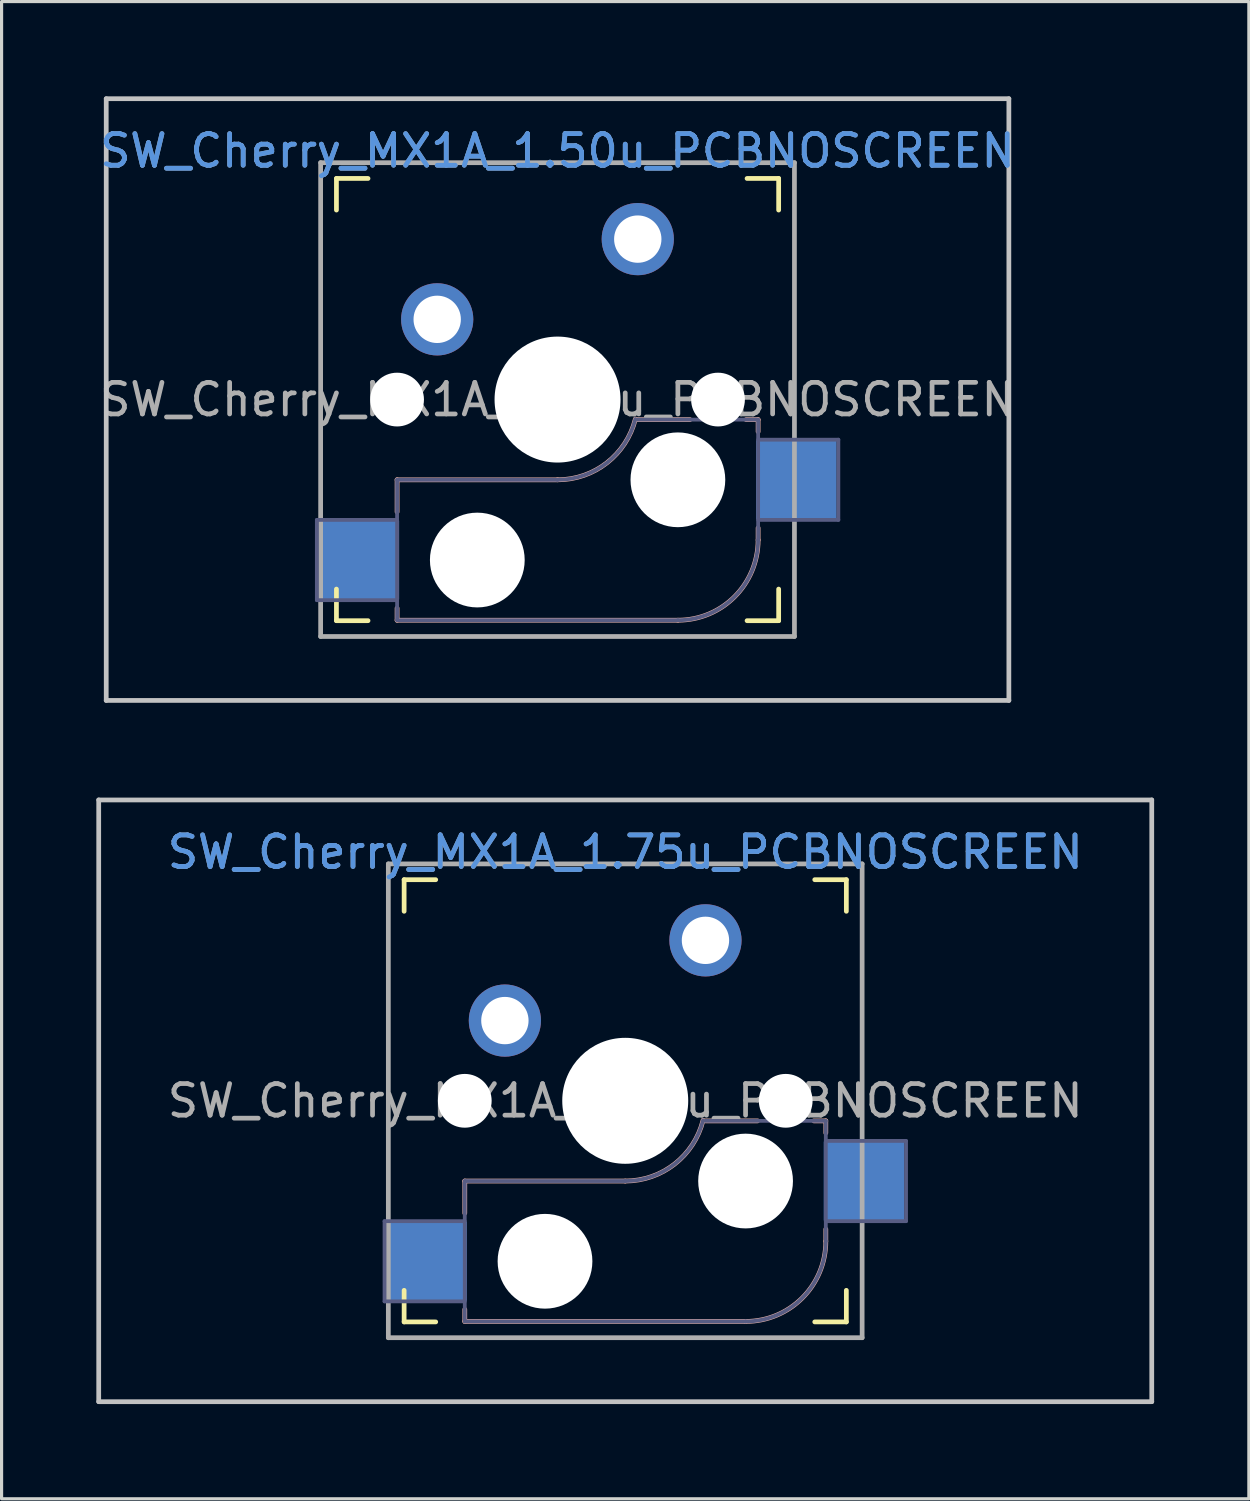
<source format=kicad_pcb>
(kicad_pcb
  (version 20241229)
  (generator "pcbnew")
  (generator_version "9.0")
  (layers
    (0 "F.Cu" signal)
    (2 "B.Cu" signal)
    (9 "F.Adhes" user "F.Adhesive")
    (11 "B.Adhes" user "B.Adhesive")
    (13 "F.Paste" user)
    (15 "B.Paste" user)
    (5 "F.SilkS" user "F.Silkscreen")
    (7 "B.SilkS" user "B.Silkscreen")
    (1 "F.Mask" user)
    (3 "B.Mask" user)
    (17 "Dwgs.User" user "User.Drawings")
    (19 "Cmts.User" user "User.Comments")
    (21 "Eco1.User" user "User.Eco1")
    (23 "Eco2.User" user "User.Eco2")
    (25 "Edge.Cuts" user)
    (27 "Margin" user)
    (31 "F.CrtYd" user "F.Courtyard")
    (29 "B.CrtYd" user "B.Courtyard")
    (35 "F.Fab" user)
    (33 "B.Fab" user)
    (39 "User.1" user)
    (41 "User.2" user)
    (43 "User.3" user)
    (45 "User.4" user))
  (footprint "SW_Cherry_MX1A_1.75u_PCBNOSCREEN"
    (layer "F.Cu")
    (at 19.284 26.72)
    (property "Reference" "SW_Cherry_MX1A_1.75u_PCBNOSCREEN" (at -2.54 -2.794 0) (layer "Cmts.User") (effects (font (size 1 1) (thickness 0.15))))
    (attr through_hole)
    (fp_line (start -9.54 -0.92) (end -9.54 -1.92) (stroke (width 0.15) (type solid)) (layer "F.SilkS"))
    (fp_line (start -9.54 12.08) (end -9.54 11.08) (stroke (width 0.15) (type solid)) (layer "F.SilkS"))
    (fp_line (start -9.54 12.08) (end -8.54 12.08) (stroke (width 0.15) (type solid)) (layer "F.SilkS"))
    (fp_line (start -8.54 -1.92) (end -9.54 -1.92) (stroke (width 0.15) (type solid)) (layer "F.SilkS"))
    (fp_line (start 3.46 12.08) (end 4.46 12.08) (stroke (width 0.15) (type solid)) (layer "F.SilkS"))
    (fp_line (start 4.46 -1.92) (end 3.46 -1.92) (stroke (width 0.15) (type solid)) (layer "F.SilkS"))
    (fp_line (start 4.46 -1.92) (end 4.46 -0.92) (stroke (width 0.15) (type solid)) (layer "F.SilkS"))
    (fp_line (start 4.46 11.08) (end 4.46 12.08) (stroke (width 0.15) (type solid)) (layer "F.SilkS"))
    (fp_line (start -7.62 7.62) (end -7.62 8.636) (stroke (width 0.15) (type solid)) (layer "B.SilkS"))
    (fp_line (start -7.62 11.684) (end -7.62 12.065) (stroke (width 0.15) (type solid)) (layer "B.SilkS"))
    (fp_line (start -7.62 12.065) (end 1.27 12.065) (stroke (width 0.15) (type solid)) (layer "B.SilkS"))
    (fp_line (start -2.54 7.62) (end -7.62 7.62) (stroke (width 0.15) (type solid)) (layer "B.SilkS"))
    (fp_line (start 1.651 5.715) (end 0 5.715) (stroke (width 0.15) (type solid)) (layer "B.SilkS"))
    (fp_line (start 3.81 5.715) (end 3.429 5.715) (stroke (width 0.15) (type solid)) (layer "B.SilkS"))
    (fp_line (start 3.81 6.096) (end 3.81 5.715) (stroke (width 0.15) (type solid)) (layer "B.SilkS"))
    (fp_line (start 3.81 9.525) (end 3.81 9.144) (stroke (width 0.15) (type solid)) (layer "B.SilkS"))
    (fp_arc (start -0.075838 5.69604) (mid -0.976853 7.082042) (end -2.54 7.62) (stroke (width 0.15) (type solid)) (layer "B.SilkS"))
    (fp_arc (start 3.81 9.525) (mid 3.066051 11.321051) (end 1.27 12.065) (stroke (width 0.15) (type solid)) (layer "B.SilkS"))
    (fp_line (start -19.209 -4.445) (end 14.129 -4.445) (stroke (width 0.15) (type solid)) (layer "Dwgs.User"))
    (fp_line (start -19.209 14.605) (end -19.209 -4.445) (stroke (width 0.15) (type solid)) (layer "Dwgs.User"))
    (fp_line (start 14.129 -4.445) (end 14.129 14.605) (stroke (width 0.15) (type solid)) (layer "Dwgs.User"))
    (fp_line (start 14.129 14.605) (end -19.209 14.605) (stroke (width 0.15) (type solid)) (layer "Dwgs.User"))
    (fp_line (start -9.44 11.98) (end -9.44 -1.82) (stroke (width 0.15) (type solid)) (layer "Eco2.User"))
    (fp_line (start -9.44 11.98) (end 4.36 11.98) (stroke (width 0.15) (type solid)) (layer "Eco2.User"))
    (fp_line (start 4.36 -1.82) (end -9.44 -1.82) (stroke (width 0.15) (type solid)) (layer "Eco2.User"))
    (fp_line (start 4.36 -1.82) (end 4.36 11.98) (stroke (width 0.15) (type solid)) (layer "Eco2.User"))
    (fp_line (start -10.16 8.89) (end -10.16 11.43) (stroke (width 0.12) (type solid)) (layer "B.Fab"))
    (fp_line (start -10.16 11.43) (end -7.62 11.43) (stroke (width 0.12) (type solid)) (layer "B.Fab"))
    (fp_line (start -7.62 7.62) (end -7.62 12.065) (stroke (width 0.12) (type solid)) (layer "B.Fab"))
    (fp_line (start -7.62 8.89) (end -10.16 8.89) (stroke (width 0.12) (type solid)) (layer "B.Fab"))
    (fp_line (start -7.62 12.065) (end 1.27 12.065) (stroke (width 0.12) (type solid)) (layer "B.Fab"))
    (fp_line (start -2.54 7.62) (end -7.62 7.62) (stroke (width 0.12) (type solid)) (layer "B.Fab"))
    (fp_line (start 3.81 5.715) (end 0 5.715) (stroke (width 0.12) (type solid)) (layer "B.Fab"))
    (fp_line (start 3.81 8.89) (end 6.35 8.89) (stroke (width 0.12) (type solid)) (layer "B.Fab"))
    (fp_line (start 3.81 9.525) (end 3.81 5.715) (stroke (width 0.12) (type solid)) (layer "B.Fab"))
    (fp_line (start 6.35 6.35) (end 3.81 6.35) (stroke (width 0.12) (type solid)) (layer "B.Fab"))
    (fp_line (start 6.35 8.89) (end 6.35 6.35) (stroke (width 0.12) (type solid)) (layer "B.Fab"))
    (fp_arc (start -0.075838 5.69604) (mid -0.976853 7.082042) (end -2.54 7.62) (stroke (width 0.12) (type solid)) (layer "B.Fab"))
    (fp_arc (start 3.81 9.525) (mid 3.066051 11.321051) (end 1.27 12.065) (stroke (width 0.12) (type solid)) (layer "B.Fab"))
    (fp_line (start -10.04 -2.42) (end 4.96 -2.42) (stroke (width 0.15) (type solid)) (layer "F.Fab"))
    (fp_line (start -10.04 12.58) (end -10.04 -2.42) (stroke (width 0.15) (type solid)) (layer "F.Fab"))
    (fp_line (start 4.96 -2.42) (end 4.96 12.58) (stroke (width 0.15) (type solid)) (layer "F.Fab"))
    (fp_line (start 4.96 12.58) (end -10.04 12.58) (stroke (width 0.15) (type solid)) (layer "F.Fab"))
    (fp_text user "${REFERENCE}" (at -2.54 -2.794 0) (layer "F.Fab") (effects (font (size 1 1) (thickness 0.15))))
    (fp_text user "${REFERENCE}" (at -2.54 5.08 0) (layer "F.Fab") (effects (font (size 1 1) (thickness 0.15))))
    (pad "" np_thru_hole circle (at -7.62 5.08) (size 1.702 1.702) (drill 1.702) (layers "*.Cu" "*.Mask"))
    (pad "" np_thru_hole circle (at -5.08 10.16) (size 3 3) (drill 3) (layers "*.Cu" "*.Mask"))
    (pad "" np_thru_hole circle (at -2.54 5.08) (size 3.988 3.988) (drill 3.988) (layers "*.Cu" "*.Mask"))
    (pad "" np_thru_hole circle (at 1.27 7.62) (size 3 3) (drill 3) (layers "*.Cu" "*.Mask"))
    (pad "" np_thru_hole circle (at 2.54 5.08) (size 1.702 1.702) (drill 1.702) (layers "*.Cu" "*.Mask"))
    (pad "1" smd rect (at -8.83 10.16) (size 2.55 2.5) (layers "B.Cu" "B.Mask" "B.Paste"))
    (pad "1" thru_hole circle (at 0 0) (size 2.286 2.286) (drill 1.499) (layers "*.Cu" "*.Mask"))
    (pad "2" thru_hole circle (at -6.35 2.54) (size 2.286 2.286) (drill 1.499) (layers "*.Cu" "*.Mask"))
    (pad "2" smd rect (at 5.02 7.62) (size 2.55 2.5) (layers "B.Cu" "B.Mask" "B.Paste")))
  (footprint "SW_Cherry_MX1A_1.50u_PCBNOSCREEN"
    (layer "F.Cu")
    (at 17.141 4.52)
    (property "Reference" "SW_Cherry_MX1A_1.50u_PCBNOSCREEN" (at -2.54 -2.794 0) (layer "Cmts.User") (effects (font (size 1 1) (thickness 0.15))))
    (attr through_hole)
    (fp_line (start -9.54 -0.92) (end -9.54 -1.92) (stroke (width 0.15) (type solid)) (layer "F.SilkS"))
    (fp_line (start -9.54 12.08) (end -9.54 11.08) (stroke (width 0.15) (type solid)) (layer "F.SilkS"))
    (fp_line (start -9.54 12.08) (end -8.54 12.08) (stroke (width 0.15) (type solid)) (layer "F.SilkS"))
    (fp_line (start -8.54 -1.92) (end -9.54 -1.92) (stroke (width 0.15) (type solid)) (layer "F.SilkS"))
    (fp_line (start 3.46 12.08) (end 4.46 12.08) (stroke (width 0.15) (type solid)) (layer "F.SilkS"))
    (fp_line (start 4.46 -1.92) (end 3.46 -1.92) (stroke (width 0.15) (type solid)) (layer "F.SilkS"))
    (fp_line (start 4.46 -1.92) (end 4.46 -0.92) (stroke (width 0.15) (type solid)) (layer "F.SilkS"))
    (fp_line (start 4.46 11.08) (end 4.46 12.08) (stroke (width 0.15) (type solid)) (layer "F.SilkS"))
    (fp_line (start -7.62 7.62) (end -7.62 8.636) (stroke (width 0.15) (type solid)) (layer "B.SilkS"))
    (fp_line (start -7.62 11.684) (end -7.62 12.065) (stroke (width 0.15) (type solid)) (layer "B.SilkS"))
    (fp_line (start -7.62 12.065) (end 1.27 12.065) (stroke (width 0.15) (type solid)) (layer "B.SilkS"))
    (fp_line (start -2.54 7.62) (end -7.62 7.62) (stroke (width 0.15) (type solid)) (layer "B.SilkS"))
    (fp_line (start 1.651 5.715) (end 0 5.715) (stroke (width 0.15) (type solid)) (layer "B.SilkS"))
    (fp_line (start 3.81 5.715) (end 3.429 5.715) (stroke (width 0.15) (type solid)) (layer "B.SilkS"))
    (fp_line (start 3.81 6.096) (end 3.81 5.715) (stroke (width 0.15) (type solid)) (layer "B.SilkS"))
    (fp_line (start 3.81 9.525) (end 3.81 9.144) (stroke (width 0.15) (type solid)) (layer "B.SilkS"))
    (fp_arc (start -0.075838 5.69604) (mid -0.976853 7.082042) (end -2.54 7.62) (stroke (width 0.15) (type solid)) (layer "B.SilkS"))
    (fp_arc (start 3.81 9.525) (mid 3.066051 11.321051) (end 1.27 12.065) (stroke (width 0.15) (type solid)) (layer "B.SilkS"))
    (fp_line (start -16.828 -4.445) (end 11.748 -4.445) (stroke (width 0.15) (type solid)) (layer "Dwgs.User"))
    (fp_line (start -16.828 14.605) (end -16.828 -4.445) (stroke (width 0.15) (type solid)) (layer "Dwgs.User"))
    (fp_line (start 11.748 -4.445) (end 11.748 14.605) (stroke (width 0.15) (type solid)) (layer "Dwgs.User"))
    (fp_line (start 11.748 14.605) (end -16.828 14.605) (stroke (width 0.15) (type solid)) (layer "Dwgs.User"))
    (fp_line (start -9.44 11.98) (end -9.44 -1.82) (stroke (width 0.15) (type solid)) (layer "Eco2.User"))
    (fp_line (start -9.44 11.98) (end 4.36 11.98) (stroke (width 0.15) (type solid)) (layer "Eco2.User"))
    (fp_line (start 4.36 -1.82) (end -9.44 -1.82) (stroke (width 0.15) (type solid)) (layer "Eco2.User"))
    (fp_line (start 4.36 -1.82) (end 4.36 11.98) (stroke (width 0.15) (type solid)) (layer "Eco2.User"))
    (fp_line (start -10.16 8.89) (end -10.16 11.43) (stroke (width 0.12) (type solid)) (layer "B.Fab"))
    (fp_line (start -10.16 11.43) (end -7.62 11.43) (stroke (width 0.12) (type solid)) (layer "B.Fab"))
    (fp_line (start -7.62 7.62) (end -7.62 12.065) (stroke (width 0.12) (type solid)) (layer "B.Fab"))
    (fp_line (start -7.62 8.89) (end -10.16 8.89) (stroke (width 0.12) (type solid)) (layer "B.Fab"))
    (fp_line (start -7.62 12.065) (end 1.27 12.065) (stroke (width 0.12) (type solid)) (layer "B.Fab"))
    (fp_line (start -2.54 7.62) (end -7.62 7.62) (stroke (width 0.12) (type solid)) (layer "B.Fab"))
    (fp_line (start 3.81 5.715) (end 0 5.715) (stroke (width 0.12) (type solid)) (layer "B.Fab"))
    (fp_line (start 3.81 8.89) (end 6.35 8.89) (stroke (width 0.12) (type solid)) (layer "B.Fab"))
    (fp_line (start 3.81 9.525) (end 3.81 5.715) (stroke (width 0.12) (type solid)) (layer "B.Fab"))
    (fp_line (start 6.35 6.35) (end 3.81 6.35) (stroke (width 0.12) (type solid)) (layer "B.Fab"))
    (fp_line (start 6.35 8.89) (end 6.35 6.35) (stroke (width 0.12) (type solid)) (layer "B.Fab"))
    (fp_arc (start -0.075838 5.69604) (mid -0.976853 7.082042) (end -2.54 7.62) (stroke (width 0.12) (type solid)) (layer "B.Fab"))
    (fp_arc (start 3.81 9.525) (mid 3.066051 11.321051) (end 1.27 12.065) (stroke (width 0.12) (type solid)) (layer "B.Fab"))
    (fp_line (start -10.04 -2.42) (end 4.96 -2.42) (stroke (width 0.15) (type solid)) (layer "F.Fab"))
    (fp_line (start -10.04 12.58) (end -10.04 -2.42) (stroke (width 0.15) (type solid)) (layer "F.Fab"))
    (fp_line (start 4.96 -2.42) (end 4.96 12.58) (stroke (width 0.15) (type solid)) (layer "F.Fab"))
    (fp_line (start 4.96 12.58) (end -10.04 12.58) (stroke (width 0.15) (type solid)) (layer "F.Fab"))
    (fp_text user "${REFERENCE}" (at -2.54 5.08 0) (layer "F.Fab") (effects (font (size 1 1) (thickness 0.15))))
    (fp_text user "${REFERENCE}" (at -2.54 -2.794 0) (layer "F.Fab") (effects (font (size 1 1) (thickness 0.15))))
    (pad "" np_thru_hole circle (at -7.62 5.08) (size 1.702 1.702) (drill 1.702) (layers "*.Cu" "*.Mask"))
    (pad "" np_thru_hole circle (at -5.08 10.16) (size 3 3) (drill 3) (layers "*.Cu" "*.Mask"))
    (pad "" np_thru_hole circle (at -2.54 5.08) (size 3.988 3.988) (drill 3.988) (layers "*.Cu" "*.Mask"))
    (pad "" np_thru_hole circle (at 1.27 7.62) (size 3 3) (drill 3) (layers "*.Cu" "*.Mask"))
    (pad "" np_thru_hole circle (at 2.54 5.08) (size 1.702 1.702) (drill 1.702) (layers "*.Cu" "*.Mask"))
    (pad "1" smd rect (at -8.83 10.16) (size 2.55 2.5) (layers "B.Cu" "B.Mask" "B.Paste"))
    (pad "1" thru_hole circle (at 0 0) (size 2.286 2.286) (drill 1.499) (layers "*.Cu" "*.Mask"))
    (pad "2" thru_hole circle (at -6.35 2.54) (size 2.286 2.286) (drill 1.499) (layers "*.Cu" "*.Mask"))
    (pad "2" smd rect (at 5.02 7.62) (size 2.55 2.5) (layers "B.Cu" "B.Mask" "B.Paste")))
  (gr_rect
    (start -3 -3)
    (end 36.487 44.4)
    (stroke (width 0.1) (type default))
    (fill no)
    (layer "Edge.Cuts")))
</source>
